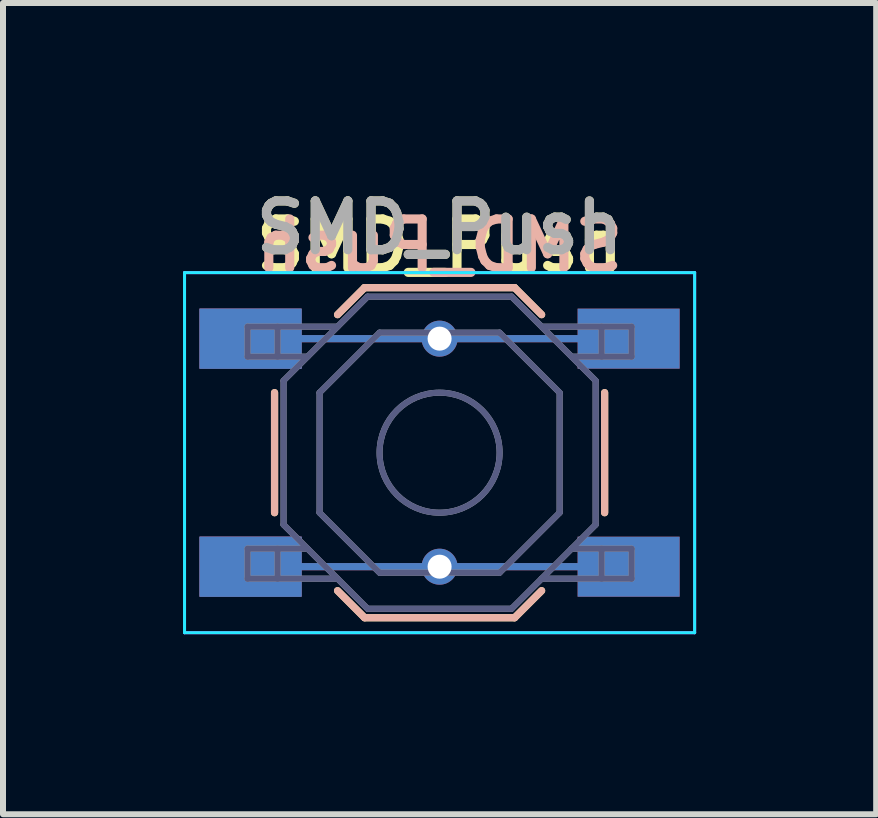
<source format=kicad_pcb>
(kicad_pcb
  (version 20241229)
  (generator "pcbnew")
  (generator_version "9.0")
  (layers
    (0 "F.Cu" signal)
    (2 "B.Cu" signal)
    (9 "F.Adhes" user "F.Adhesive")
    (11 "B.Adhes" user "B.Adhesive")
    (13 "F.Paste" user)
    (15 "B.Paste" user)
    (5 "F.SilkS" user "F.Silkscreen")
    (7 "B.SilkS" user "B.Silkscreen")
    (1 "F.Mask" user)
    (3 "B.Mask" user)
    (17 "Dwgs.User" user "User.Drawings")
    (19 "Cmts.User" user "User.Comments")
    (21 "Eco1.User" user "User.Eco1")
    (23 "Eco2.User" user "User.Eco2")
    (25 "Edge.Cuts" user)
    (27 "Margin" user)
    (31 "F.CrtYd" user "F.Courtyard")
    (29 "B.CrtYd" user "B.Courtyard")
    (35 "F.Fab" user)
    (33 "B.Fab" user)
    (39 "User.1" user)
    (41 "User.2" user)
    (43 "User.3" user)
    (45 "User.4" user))
  (footprint "SMD_Push"
    (layer "F.Cu")
    (at 4.275 4.493)
    (property "Reference" "SMD_Push" (at 0 -3.75 0) (layer "F.SilkS") (effects (font (size 0.813 0.813) (thickness 0.152))))
    (property "Value" "SMD_Push" (at 0 3.75 0) (layer "F.Fab") (hide yes) (effects (font (size 0.813 0.813) (thickness 0.152))))
    (attr smd)
    (fp_line (start -2.75 -1) (end -2.75 1) (stroke (width 0.12) (type solid)) (layer "F.SilkS"))
    (fp_line (start -1.7 -2.3) (end -1.25 -2.75) (stroke (width 0.12) (type solid)) (layer "F.SilkS"))
    (fp_line (start -1.7 2.3) (end -1.25 2.75) (stroke (width 0.12) (type solid)) (layer "F.SilkS"))
    (fp_line (start -1.25 -2.75) (end 1.25 -2.75) (stroke (width 0.12) (type solid)) (layer "F.SilkS"))
    (fp_line (start -1.25 2.75) (end 1.25 2.75) (stroke (width 0.12) (type solid)) (layer "F.SilkS"))
    (fp_line (start 1.7 -2.3) (end 1.25 -2.75) (stroke (width 0.12) (type solid)) (layer "F.SilkS"))
    (fp_line (start 1.7 2.3) (end 1.25 2.75) (stroke (width 0.12) (type solid)) (layer "F.SilkS"))
    (fp_line (start 2.75 -1) (end 2.75 1) (stroke (width 0.12) (type solid)) (layer "F.SilkS"))
    (fp_line (start -2.75 -1) (end -2.75 1) (stroke (width 0.12) (type solid)) (layer "B.SilkS"))
    (fp_line (start -1.7 -2.3) (end -1.25 -2.75) (stroke (width 0.12) (type solid)) (layer "B.SilkS"))
    (fp_line (start -1.7 2.3) (end -1.25 2.75) (stroke (width 0.12) (type solid)) (layer "B.SilkS"))
    (fp_line (start -1.25 -2.75) (end 1.25 -2.75) (stroke (width 0.12) (type solid)) (layer "B.SilkS"))
    (fp_line (start -1.25 2.75) (end 1.25 2.75) (stroke (width 0.12) (type solid)) (layer "B.SilkS"))
    (fp_line (start 1.7 -2.3) (end 1.25 -2.75) (stroke (width 0.12) (type solid)) (layer "B.SilkS"))
    (fp_line (start 1.7 2.3) (end 1.25 2.75) (stroke (width 0.12) (type solid)) (layer "B.SilkS"))
    (fp_line (start 2.75 -1) (end 2.75 1) (stroke (width 0.12) (type solid)) (layer "B.SilkS"))
    (fp_line (start -4.25 -3) (end 4.25 -3) (stroke (width 0.05) (type solid)) (layer "B.CrtYd"))
    (fp_line (start -4.25 3) (end -4.25 -3) (stroke (width 0.05) (type solid)) (layer "B.CrtYd"))
    (fp_line (start 4.25 -3) (end 4.25 3) (stroke (width 0.05) (type solid)) (layer "B.CrtYd"))
    (fp_line (start 4.25 3) (end -4.25 3) (stroke (width 0.05) (type solid)) (layer "B.CrtYd"))
    (fp_line (start -4.25 -3) (end 4.25 -3) (stroke (width 0.05) (type solid)) (layer "F.CrtYd"))
    (fp_line (start -4.25 3) (end -4.25 -3) (stroke (width 0.05) (type solid)) (layer "F.CrtYd"))
    (fp_line (start 4.25 -3) (end 4.25 3) (stroke (width 0.05) (type solid)) (layer "F.CrtYd"))
    (fp_line (start 4.25 3) (end -4.25 3) (stroke (width 0.05) (type solid)) (layer "F.CrtYd"))
    (fp_line (start -3.2 -2.1) (end -3.2 -1.6) (stroke (width 0.1) (type solid)) (layer "B.Fab"))
    (fp_line (start -3.2 -1.6) (end -2.2 -1.6) (stroke (width 0.1) (type solid)) (layer "B.Fab"))
    (fp_line (start -3.2 1.6) (end -2.2 1.6) (stroke (width 0.1) (type solid)) (layer "B.Fab"))
    (fp_line (start -3.2 2.1) (end -3.2 1.6) (stroke (width 0.1) (type solid)) (layer "B.Fab"))
    (fp_line (start -2.7 -2.1) (end -2.7 -1.6) (stroke (width 0.1) (type solid)) (layer "B.Fab"))
    (fp_line (start -2.7 2.1) (end -2.7 1.6) (stroke (width 0.1) (type solid)) (layer "B.Fab"))
    (fp_line (start -2.6 -1.2) (end -2.6 1.2) (stroke (width 0.1) (type solid)) (layer "B.Fab"))
    (fp_line (start -2.6 1.2) (end -1.2 2.6) (stroke (width 0.1) (type solid)) (layer "B.Fab"))
    (fp_line (start -2 -1) (end -1 -2) (stroke (width 0.1) (type solid)) (layer "B.Fab"))
    (fp_line (start -2 1) (end -2 -1) (stroke (width 0.1) (type solid)) (layer "B.Fab"))
    (fp_line (start -1.7 -2.1) (end -3.2 -2.1) (stroke (width 0.1) (type solid)) (layer "B.Fab"))
    (fp_line (start -1.7 2.1) (end -3.2 2.1) (stroke (width 0.1) (type solid)) (layer "B.Fab"))
    (fp_line (start -1.2 -2.6) (end -2.6 -1.2) (stroke (width 0.1) (type solid)) (layer "B.Fab"))
    (fp_line (start -1.2 2.6) (end 1.2 2.6) (stroke (width 0.1) (type solid)) (layer "B.Fab"))
    (fp_line (start -1 -2) (end 1 -2) (stroke (width 0.1) (type solid)) (layer "B.Fab"))
    (fp_line (start -1 2) (end -2 1) (stroke (width 0.1) (type solid)) (layer "B.Fab"))
    (fp_line (start 1 -2) (end 2 -1) (stroke (width 0.1) (type solid)) (layer "B.Fab"))
    (fp_line (start 1 2) (end -1 2) (stroke (width 0.1) (type solid)) (layer "B.Fab"))
    (fp_line (start 1.2 -2.6) (end -1.2 -2.6) (stroke (width 0.1) (type solid)) (layer "B.Fab"))
    (fp_line (start 1.2 2.6) (end 2.6 1.2) (stroke (width 0.1) (type solid)) (layer "B.Fab"))
    (fp_line (start 1.7 -2.1) (end 3.2 -2.1) (stroke (width 0.1) (type solid)) (layer "B.Fab"))
    (fp_line (start 1.7 2.1) (end 3.2 2.1) (stroke (width 0.1) (type solid)) (layer "B.Fab"))
    (fp_line (start 2 -1) (end 2 1) (stroke (width 0.1) (type solid)) (layer "B.Fab"))
    (fp_line (start 2 1) (end 1 2) (stroke (width 0.1) (type solid)) (layer "B.Fab"))
    (fp_line (start 2.6 -1.2) (end 1.2 -2.6) (stroke (width 0.1) (type solid)) (layer "B.Fab"))
    (fp_line (start 2.6 1.2) (end 2.6 -1.2) (stroke (width 0.1) (type solid)) (layer "B.Fab"))
    (fp_line (start 2.7 -2.1) (end 2.7 -1.6) (stroke (width 0.1) (type solid)) (layer "B.Fab"))
    (fp_line (start 2.7 2.1) (end 2.7 1.6) (stroke (width 0.1) (type solid)) (layer "B.Fab"))
    (fp_line (start 3.2 -2.1) (end 3.2 -1.6) (stroke (width 0.1) (type solid)) (layer "B.Fab"))
    (fp_line (start 3.2 -1.6) (end 2.2 -1.6) (stroke (width 0.1) (type solid)) (layer "B.Fab"))
    (fp_line (start 3.2 1.6) (end 2.2 1.6) (stroke (width 0.1) (type solid)) (layer "B.Fab"))
    (fp_line (start 3.2 2.1) (end 3.2 1.6) (stroke (width 0.1) (type solid)) (layer "B.Fab"))
    (fp_circle (center 0 0) (end 1 0) (stroke (width 0.1) (type solid)) (fill no) (layer "B.Fab"))
    (fp_line (start -3.2 -2.1) (end -3.2 -1.6) (stroke (width 0.1) (type solid)) (layer "F.Fab"))
    (fp_line (start -3.2 -1.6) (end -2.2 -1.6) (stroke (width 0.1) (type solid)) (layer "F.Fab"))
    (fp_line (start -3.2 1.6) (end -2.2 1.6) (stroke (width 0.1) (type solid)) (layer "F.Fab"))
    (fp_line (start -3.2 2.1) (end -3.2 1.6) (stroke (width 0.1) (type solid)) (layer "F.Fab"))
    (fp_line (start -2.7 -2.1) (end -2.7 -1.6) (stroke (width 0.1) (type solid)) (layer "F.Fab"))
    (fp_line (start -2.7 2.1) (end -2.7 1.6) (stroke (width 0.1) (type solid)) (layer "F.Fab"))
    (fp_line (start -2.6 -1.2) (end -2.6 1.2) (stroke (width 0.1) (type solid)) (layer "F.Fab"))
    (fp_line (start -2.6 1.2) (end -1.2 2.6) (stroke (width 0.1) (type solid)) (layer "F.Fab"))
    (fp_line (start -2 -1) (end -1 -2) (stroke (width 0.1) (type solid)) (layer "F.Fab"))
    (fp_line (start -2 1) (end -2 -1) (stroke (width 0.1) (type solid)) (layer "F.Fab"))
    (fp_line (start -1.7 -2.1) (end -3.2 -2.1) (stroke (width 0.1) (type solid)) (layer "F.Fab"))
    (fp_line (start -1.7 2.1) (end -3.2 2.1) (stroke (width 0.1) (type solid)) (layer "F.Fab"))
    (fp_line (start -1.2 -2.6) (end -2.6 -1.2) (stroke (width 0.1) (type solid)) (layer "F.Fab"))
    (fp_line (start -1.2 2.6) (end 1.2 2.6) (stroke (width 0.1) (type solid)) (layer "F.Fab"))
    (fp_line (start -1 -2) (end 1 -2) (stroke (width 0.1) (type solid)) (layer "F.Fab"))
    (fp_line (start -1 2) (end -2 1) (stroke (width 0.1) (type solid)) (layer "F.Fab"))
    (fp_line (start 1 -2) (end 2 -1) (stroke (width 0.1) (type solid)) (layer "F.Fab"))
    (fp_line (start 1 2) (end -1 2) (stroke (width 0.1) (type solid)) (layer "F.Fab"))
    (fp_line (start 1.2 -2.6) (end -1.2 -2.6) (stroke (width 0.1) (type solid)) (layer "F.Fab"))
    (fp_line (start 1.2 2.6) (end 2.6 1.2) (stroke (width 0.1) (type solid)) (layer "F.Fab"))
    (fp_line (start 1.7 -2.1) (end 3.2 -2.1) (stroke (width 0.1) (type solid)) (layer "F.Fab"))
    (fp_line (start 1.7 2.1) (end 3.2 2.1) (stroke (width 0.1) (type solid)) (layer "F.Fab"))
    (fp_line (start 2 -1) (end 2 1) (stroke (width 0.1) (type solid)) (layer "F.Fab"))
    (fp_line (start 2 1) (end 1 2) (stroke (width 0.1) (type solid)) (layer "F.Fab"))
    (fp_line (start 2.6 -1.2) (end 1.2 -2.6) (stroke (width 0.1) (type solid)) (layer "F.Fab"))
    (fp_line (start 2.6 1.2) (end 2.6 -1.2) (stroke (width 0.1) (type solid)) (layer "F.Fab"))
    (fp_line (start 2.7 -2.1) (end 2.7 -1.6) (stroke (width 0.1) (type solid)) (layer "F.Fab"))
    (fp_line (start 2.7 2.1) (end 2.7 1.6) (stroke (width 0.1) (type solid)) (layer "F.Fab"))
    (fp_line (start 3.2 -2.1) (end 3.2 -1.6) (stroke (width 0.1) (type solid)) (layer "F.Fab"))
    (fp_line (start 3.2 -1.6) (end 2.2 -1.6) (stroke (width 0.1) (type solid)) (layer "F.Fab"))
    (fp_line (start 3.2 1.6) (end 2.2 1.6) (stroke (width 0.1) (type solid)) (layer "F.Fab"))
    (fp_line (start 3.2 2.1) (end 3.2 1.6) (stroke (width 0.1) (type solid)) (layer "F.Fab"))
    (fp_circle (center 0 0) (end 1 0) (stroke (width 0.1) (type solid)) (fill no) (layer "F.Fab"))
    (fp_text user "${VALUE}" (at 0 -3.45 0) (layer "F.SilkS") (effects (font (size 0.813 0.813) (thickness 0.152))))
    (fp_text user "${VALUE}" (at 0 -3.45 0) (layer "B.SilkS") (effects (font (size 0.813 0.813) (thickness 0.152)) (justify mirror)))
    (fp_text user "${REFERENCE}" (at 0 -3.75 0) (layer "F.Fab") (effects (font (size 0.813 0.813) (thickness 0.152))))
    (pad "1" smd rect (at -3.15 -1.9) (size 1.7 1) (layers "F.Cu" "F.Mask" "F.Paste"))
    (pad "1" smd rect (at -3.15 -1.9) (size 1.7 1) (layers "B.Cu" "B.Mask" "B.Paste"))
    (pad "1" smd custom (at -3.15 -1.9) (size 1.7 1) (layers "F.Cu") (options (anchor rect)) (primitives (gr_line (start 0.65 0) (end 6.35 0) (width 0.12))))
    (pad "1" smd custom (at -3.15 -1.9) (size 1.7 1) (layers "B.Cu") (options (anchor rect)) (primitives (gr_line (start 0.65 0) (end 6.35 0) (width 0.12))))
    (pad "1" thru_hole circle (at 0 -1.9) (size 0.6 0.6) (drill 0.4) (layers "*.Cu" "*.Mask"))
    (pad "1" smd rect (at 3.15 -1.9) (size 1.7 1) (layers "F.Cu" "F.Mask" "F.Paste"))
    (pad "1" smd rect (at 3.15 -1.9) (size 1.7 1) (layers "B.Cu" "B.Mask" "B.Paste"))
    (pad "2" smd rect (at -3.15 1.9) (size 1.7 1) (layers "F.Cu" "F.Mask" "F.Paste"))
    (pad "2" smd rect (at -3.15 1.9) (size 1.7 1) (layers "B.Cu" "B.Mask" "B.Paste"))
    (pad "2" smd custom (at -3.15 1.9) (size 1.7 1) (layers "F.Cu") (options (anchor rect)) (primitives (gr_line (start 0.65 0) (end 6.35 0) (width 0.12))))
    (pad "2" smd custom (at -3.15 1.9) (size 1.7 1) (layers "B.Cu") (options (anchor rect)) (primitives (gr_line (start 0.65 0) (end 6.35 0) (width 0.12))))
    (pad "2" thru_hole circle (at 0 1.9) (size 0.6 0.6) (drill 0.4) (layers "*.Cu" "*.Mask"))
    (pad "2" smd rect (at 3.15 1.9) (size 1.7 1) (layers "F.Cu" "F.Mask" "F.Paste"))
    (pad "2" smd rect (at 3.15 1.9) (size 1.7 1) (layers "B.Cu" "B.Mask" "B.Paste")))
  (gr_rect
    (start -3 -3)
    (end 11.55 10.518)
    (stroke (width 0.1) (type default))
    (fill no)
    (layer "Edge.Cuts")))
</source>
